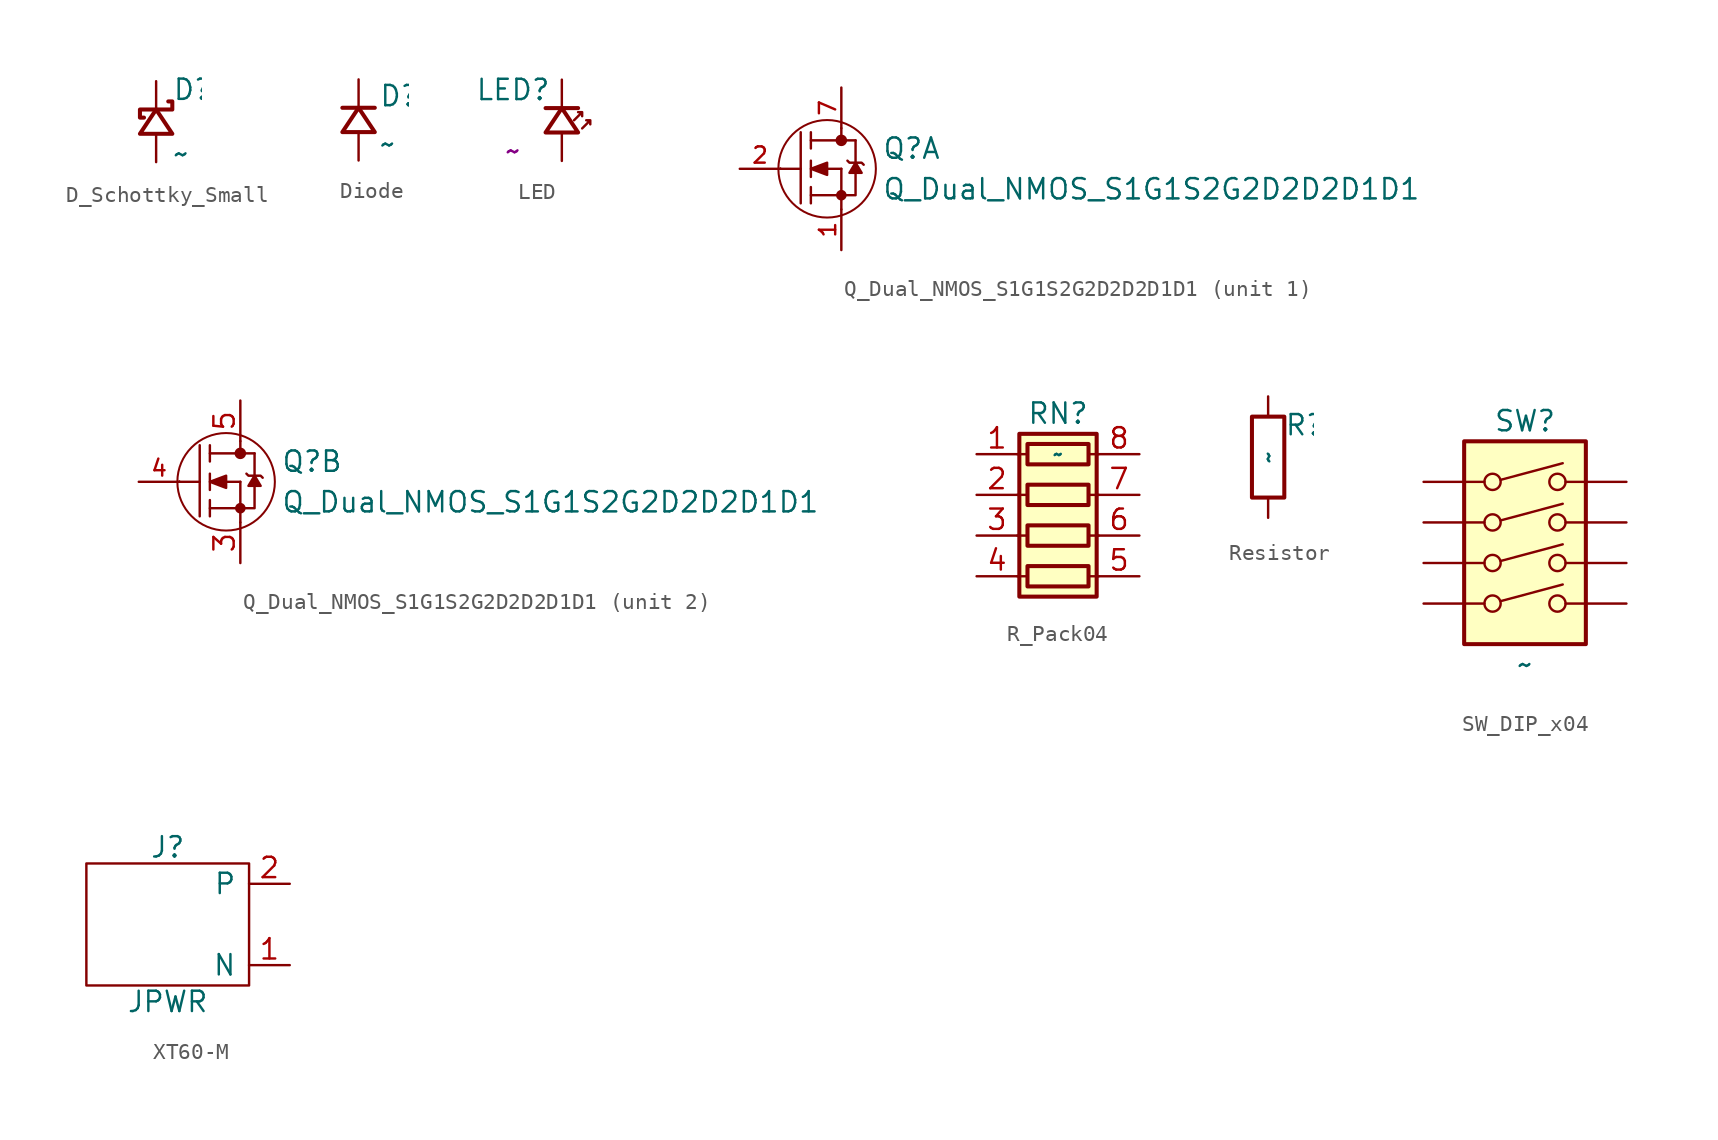
<source format=kicad_sym>
(kicad_symbol_lib
  (version 20231120)
  (generator "kicad_symbol_editor")
  (generator_version "8.0")
  (symbol "D_Schottky_Small"
    (pin_numbers hide)
    (pin_names
      (offset 0.254) hide)
    (property "Reference" "D"
      (at 1.016 1.27 0)
      (do_not_autoplace)
      (effects (font (size 1.27 1.27)) (justify left bottom)))
    (property "Value" "~"
      (at 1.016 -1.27 0)
      (do_not_autoplace)
      (effects (font (size 1.27 1.27)) (justify left top)))
    (symbol "D_Schottky_Small_0_1"
      (polyline (pts (xy -1.016 -0.762) (xy 0 0.762) (xy 1.016 -0.762) (xy -1.016 -0.762)) (stroke (width 0.254) (type default)) (fill (type none)))
      (polyline (pts (xy 0.762 1.27) (xy 1.016 1.27) (xy 1.016 0.762) (xy -1.016 0.762) (xy -1.016 0.254) (xy -0.762 0.254)) (stroke (width 0.254) (type default)) (fill (type none))))
    (symbol "D_Schottky_Small_1_1"
      (pin passive line (at 0 2.54 270) (length 1.778) (name "K" (effects (font (size 1.27 1.27)))) (number "1" (effects (font (size 1.27 1.27)))))
      (pin passive line (at 0 -2.54 90) (length 1.778) (name "A" (effects (font (size 1.27 1.27)))) (number "2" (effects (font (size 1.27 1.27)))))))
  (symbol "Diode"
    (pin_numbers hide)
    (pin_names hide)
    (property "Reference" "D"
      (at 1.27 0.762 0)
      (do_not_autoplace)
      (effects (font (size 1.27 1.27)) (justify left bottom)))
    (property "Value" "~"
      (at 1.27 -0.762 0)
      (do_not_autoplace)
      (effects (font (size 1.27 1.27)) (justify left top)))
    (symbol "Diode_0_1"
      (polyline (pts (xy -1.016 0.762) (xy 1.016 0.762)) (stroke (width 0.254) (type default)) (fill (type none)))
      (polyline (pts (xy -1.016 -0.762) (xy 0 0.762) (xy 1.016 -0.762) (xy -1.016 -0.762)) (stroke (width 0.254) (type default)) (fill (type none))))
    (symbol "Diode_1_1"
      (pin passive line (at 0 2.54 270) (length 1.778) (name "K" (effects (font (size 1.27 1.27)))) (number "1" (effects (font (size 1.27 1.27)))))
      (pin passive line (at 0 -2.54 90) (length 1.778) (name "A" (effects (font (size 1.27 1.27)))) (number "2" (effects (font (size 1.27 1.27)))))))
  (symbol "LED"
    (pin_numbers hide)
    (pin_names hide)
    (property "Reference" "LED"
      (at -3.048 1.905 0)
      (do_not_autoplace)
      (effects (font (size 1.27 1.27))))
    (property "Color" "~"
      (at -3.048 -1.905 0)
      (do_not_autoplace)
      (effects (font (size 1.27 1.27))))
    (symbol "LED_0_1"
      (polyline (pts (xy -1.016 0.762) (xy 1.016 0.762)) (stroke (width 0.254) (type default)) (fill (type none)))
      (polyline (pts (xy -1.016 -0.762) (xy 0 0.762) (xy 1.016 -0.762) (xy -1.016 -0.762)) (stroke (width 0.254) (type default)) (fill (type none)))
      (polyline (pts (xy 0.762 0) (xy 1.27 0.508) (xy 1.27 0.254) (xy 1.27 0.508) (xy 1.016 0.508)) (stroke (width 0) (type default)) (fill (type none)))
      (polyline (pts (xy 1.27 -0.508) (xy 1.778 0) (xy 1.778 -0.254) (xy 1.778 0) (xy 1.524 0)) (stroke (width 0) (type default)) (fill (type none))))
    (symbol "LED_1_1"
      (pin passive line (at 0 2.54 270) (length 1.778) (name "K" (effects (font (size 1.27 1.27)))) (number "1" (effects (font (size 1.27 1.27)))))
      (pin passive line (at 0 -2.54 90) (length 1.778) (name "A" (effects (font (size 1.27 1.27)))) (number "2" (effects (font (size 1.27 1.27)))))))
  (symbol "Q_Dual_NMOS_S1G1S2G2D2D2D1D1"
    (pin_names
      (offset 0) hide)
    (property "Reference" "Q"
      (at 5.08 1.27 0)
      (do_not_autoplace)
      (effects (font (size 1.27 1.27)) (justify left)))
    (property "Value" "Q_Dual_NMOS_S1G1S2G2D2D2D1D1"
      (at 5.08 -1.27 0)
      (do_not_autoplace)
      (effects (font (size 1.27 1.27)) (justify left)))
    (symbol "Q_Dual_NMOS_S1G1S2G2D2D2D1D1_0_1"
      (polyline (pts (xy -1.27 0) (xy -1.27 0)) (stroke (width 0) (type default)) (fill (type none)))
      (polyline (pts (xy -1.27 0) (xy -1.27 0)) (stroke (width 0) (type default)) (fill (type none)))
      (polyline (pts (xy -1.27 0) (xy 0 0)) (stroke (width 0) (type default)) (fill (type none)))
      (polyline (pts (xy 0 -2.159) (xy 0 2.286)) (stroke (width 0) (type default)) (fill (type none)))
      (polyline (pts (xy 0.635 -1.143) (xy 0.635 -2.159)) (stroke (width 0) (type default)) (fill (type none)))
      (polyline (pts (xy 0.635 0.508) (xy 0.635 -0.508)) (stroke (width 0) (type default)) (fill (type none)))
      (polyline (pts (xy 0.635 1.778) (xy 3.429 1.778)) (stroke (width 0) (type default)) (fill (type none)))
      (polyline (pts (xy 0.635 2.286) (xy 0.635 1.27)) (stroke (width 0) (type default)) (fill (type none)))
      (polyline (pts (xy 1.651 0) (xy 2.54 0)) (stroke (width 0) (type default)) (fill (type none)))
      (polyline (pts (xy 2.54 -2.54) (xy 2.54 -1.651)) (stroke (width 0) (type default)) (fill (type none)))
      (polyline (pts (xy 2.54 2.54) (xy 2.54 1.778)) (stroke (width 0) (type default)) (fill (type none)))
      (polyline (pts (xy 3.429 0.381) (xy 3.429 1.778)) (stroke (width 0) (type default)) (fill (type none)))
      (polyline (pts (xy 0.635 -1.651) (xy 2.54 -1.651) (xy 2.54 0)) (stroke (width 0) (type default)) (fill (type none)))
      (polyline (pts (xy 2.54 -1.651) (xy 3.429 -1.651) (xy 3.429 -0.254)) (stroke (width 0) (type default)) (fill (type none)))
      (polyline (pts (xy 0.635 0) (xy 1.651 0.381) (xy 1.651 -0.381) (xy 0.635 0)) (stroke (width 0) (type default)) (fill (type outline)))
      (polyline (pts (xy 2.921 0.508) (xy 3.048 0.381) (xy 3.81 0.381) (xy 3.937 0.254)) (stroke (width 0) (type default)) (fill (type none)))
      (polyline (pts (xy 3.429 0.381) (xy 3.048 -0.254) (xy 3.81 -0.254) (xy 3.429 0.381)) (stroke (width 0) (type default)) (fill (type outline)))
      (circle (center 1.651 0) (radius 3.048) (stroke (width 0.127) (type default)) (fill (type none)))
      (circle (center 2.54 -1.651) (radius 0.254) (stroke (width 0) (type default)) (fill (type outline)))
      (circle (center 2.54 1.778) (radius 0.284) (stroke (width 0) (type default)) (fill (type outline))))
    (symbol "Q_Dual_NMOS_S1G1S2G2D2D2D1D1_1_1"
      (pin passive line (at 2.54 -5.08 90) (length 2.54) (name "S" (effects (font (size 1.016 1.016)))) (number "1" (effects (font (size 1.016 1.016)))))
      (pin input line (at -3.81 0 0) (length 2.54) (name "G" (effects (font (size 1.016 1.016)))) (number "2" (effects (font (size 1.016 1.016)))))
      (pin passive line (at 2.54 5.08 270) (length 2.54) (name "D" (effects (font (size 1.016 1.016)))) (number "7" (effects (font (size 1.016 1.016)))))
      (pin passive line (at 2.54 5.08 270) (length 2.54) hide (name "D" (effects (font (size 1.016 1.016)))) (number "8" (effects (font (size 1.016 1.016))))))
    (symbol "Q_Dual_NMOS_S1G1S2G2D2D2D1D1_2_1"
      (pin passive line (at 2.54 -5.08 90) (length 2.54) (name "S" (effects (font (size 1.27 1.27)))) (number "3" (effects (font (size 1.27 1.27)))))
      (pin input line (at -3.81 0 0) (length 2.54) (name "G" (effects (font (size 1.016 1.016)))) (number "4" (effects (font (size 1.016 1.016)))))
      (pin passive line (at 2.54 5.08 270) (length 2.54) (name "D" (effects (font (size 1.27 1.27)))) (number "5" (effects (font (size 1.27 1.27)))))
      (pin passive line (at 2.54 5.08 270) (length 2.54) hide (name "D" (effects (font (size 1.27 1.27)))) (number "6" (effects (font (size 1.27 1.27)))))))
  (symbol "R_Pack04"
    (pin_names hide)
    (property "Reference" "RN"
      (at 0 6.35 0)
      (do_not_autoplace)
      (effects (font (size 1.27 1.27))))
    (property "Value" "~"
      (at 0 3.81 0)
      (do_not_autoplace)
      (effects (font (size 0.8 0.8))))
    (symbol "R_Pack04_0_1"
      (rectangle (start -2.413 5.08) (end 2.413 -5.08) (stroke (width 0.254) (type default)) (fill (type background)))
      (polyline (pts (xy -2.54 -3.81) (xy -1.905 -3.81)) (stroke (width 0) (type default)) (fill (type none)))
      (polyline (pts (xy -2.54 -1.27) (xy -1.905 -1.27)) (stroke (width 0) (type default)) (fill (type none)))
      (polyline (pts (xy -2.54 1.27) (xy -1.905 1.27)) (stroke (width 0) (type default)) (fill (type none)))
      (polyline (pts (xy -2.54 3.81) (xy -1.905 3.81)) (stroke (width 0) (type default)) (fill (type none)))
      (polyline (pts (xy 1.905 -3.81) (xy 2.54 -3.81)) (stroke (width 0) (type default)) (fill (type none)))
      (polyline (pts (xy 1.905 -1.27) (xy 2.54 -1.27)) (stroke (width 0) (type default)) (fill (type none)))
      (polyline (pts (xy 1.905 1.27) (xy 2.54 1.27)) (stroke (width 0) (type default)) (fill (type none)))
      (polyline (pts (xy 1.905 3.81) (xy 2.54 3.81)) (stroke (width 0) (type default)) (fill (type none)))
      (rectangle (start 1.905 -3.175) (end -1.905 -4.445) (stroke (width 0.254) (type default)) (fill (type none)))
      (rectangle (start 1.905 -0.635) (end -1.905 -1.905) (stroke (width 0.254) (type default)) (fill (type none)))
      (rectangle (start 1.905 1.905) (end -1.905 0.635) (stroke (width 0.254) (type default)) (fill (type none)))
      (rectangle (start 1.905 4.445) (end -1.905 3.175) (stroke (width 0.254) (type default)) (fill (type none))))
    (symbol "R_Pack04_1_1"
      (pin passive line (at -5.08 3.81 0) (length 2.54) (name "R1.1" (effects (font (size 1.27 1.27)))) (number "1" (effects (font (size 1.27 1.27)))))
      (pin passive line (at -5.08 1.27 0) (length 2.54) (name "R2.1" (effects (font (size 1.27 1.27)))) (number "2" (effects (font (size 1.27 1.27)))))
      (pin passive line (at -5.08 -1.27 0) (length 2.54) (name "R3.1" (effects (font (size 1.27 1.27)))) (number "3" (effects (font (size 1.27 1.27)))))
      (pin passive line (at -5.08 -3.81 0) (length 2.54) (name "R4.1" (effects (font (size 1.27 1.27)))) (number "4" (effects (font (size 1.27 1.27)))))
      (pin passive line (at 5.08 -3.81 180) (length 2.54) (name "R4.2" (effects (font (size 1.27 1.27)))) (number "5" (effects (font (size 1.27 1.27)))))
      (pin passive line (at 5.08 -1.27 180) (length 2.54) (name "R3.2" (effects (font (size 1.27 1.27)))) (number "6" (effects (font (size 1.27 1.27)))))
      (pin passive line (at 5.08 1.27 180) (length 2.54) (name "R2.2" (effects (font (size 1.27 1.27)))) (number "7" (effects (font (size 1.27 1.27)))))
      (pin passive line (at 5.08 3.81 180) (length 2.54) (name "R1.2" (effects (font (size 1.27 1.27)))) (number "8" (effects (font (size 1.27 1.27)))))))
  (symbol "Resistor"
    (pin_numbers hide)
    (pin_names hide)
    (property "Reference" "R"
      (at 1.016 1.27 0)
      (do_not_autoplace)
      (effects (font (size 1.27 1.27)) (justify left bottom)))
    (property "Value" "~"
      (at 0 0 90)
      (do_not_autoplace)
      (effects (font (size 1.016 1.016))))
    (symbol "Resistor_0_1"
      (rectangle (start -1.016 2.54) (end 1.016 -2.54) (stroke (width 0.254) (type default)) (fill (type none))))
    (symbol "Resistor_1_1"
      (pin passive line (at 0 3.81 270) (length 1.27) (name "~" (effects (font (size 1.27 1.27)))) (number "1" (effects (font (size 1.27 1.27)))))
      (pin passive line (at 0 -3.81 90) (length 1.27) (name "~" (effects (font (size 1.27 1.27)))) (number "2" (effects (font (size 1.27 1.27)))))))
  (symbol "SW_DIP_x04"
    (pin_numbers hide)
    (pin_names hide)
    (property "Reference" "SW"
      (at 0 7.62 0)
      (do_not_autoplace)
      (effects (font (size 1.27 1.27))))
    (property "Value" "~"
      (at 0 -7.62 0)
      (do_not_autoplace)
      (effects (font (size 1.27 1.27))))
    (symbol "SW_DIP_x04_0_0"
      (circle (center -2.032 -3.81) (radius 0.508) (stroke (width 0) (type default)) (fill (type none)))
      (circle (center -2.032 -1.27) (radius 0.508) (stroke (width 0) (type default)) (fill (type none)))
      (circle (center -2.032 1.27) (radius 0.508) (stroke (width 0) (type default)) (fill (type none)))
      (circle (center -2.032 3.81) (radius 0.508) (stroke (width 0) (type default)) (fill (type none)))
      (polyline (pts (xy -1.524 -3.658) (xy 2.362 -2.616)) (stroke (width 0) (type default)) (fill (type none)))
      (polyline (pts (xy -1.524 -1.143) (xy 2.362 -0.102)) (stroke (width 0) (type default)) (fill (type none)))
      (polyline (pts (xy -1.524 1.397) (xy 2.362 2.438)) (stroke (width 0) (type default)) (fill (type none)))
      (polyline (pts (xy -1.524 3.937) (xy 2.362 4.978)) (stroke (width 0) (type default)) (fill (type none)))
      (circle (center 2.032 -3.81) (radius 0.508) (stroke (width 0) (type default)) (fill (type none)))
      (circle (center 2.032 -1.27) (radius 0.508) (stroke (width 0) (type default)) (fill (type none)))
      (circle (center 2.032 1.27) (radius 0.508) (stroke (width 0) (type default)) (fill (type none)))
      (circle (center 2.032 3.81) (radius 0.508) (stroke (width 0) (type default)) (fill (type none))))
    (symbol "SW_DIP_x04_0_1"
      (rectangle (start -3.81 6.35) (end 3.81 -6.35) (stroke (width 0.254) (type default)) (fill (type background))))
    (symbol "SW_DIP_x04_1_1"
      (pin passive line (at -6.35 3.81 0) (length 3.81) (name "~" (effects (font (size 1.016 1.016)))) (number "1" (effects (font (size 1.016 1.016)))))
      (pin passive line (at -6.35 1.27 0) (length 3.81) (name "~" (effects (font (size 1.016 1.016)))) (number "2" (effects (font (size 1.016 1.016)))))
      (pin passive line (at -6.35 -1.27 0) (length 3.81) (name "~" (effects (font (size 1.016 1.016)))) (number "3" (effects (font (size 1.016 1.016)))))
      (pin passive line (at -6.35 -3.81 0) (length 3.81) (name "~" (effects (font (size 1.016 1.016)))) (number "4" (effects (font (size 1.016 1.016)))))
      (pin passive line (at 6.35 -3.81 180) (length 3.81) (name "~" (effects (font (size 1.016 1.016)))) (number "5" (effects (font (size 1.016 1.016)))))
      (pin passive line (at 6.35 -1.27 180) (length 3.81) (name "~" (effects (font (size 1.016 1.016)))) (number "6" (effects (font (size 1.016 1.016)))))
      (pin passive line (at 6.35 1.27 180) (length 3.81) (name "~" (effects (font (size 1.016 1.016)))) (number "7" (effects (font (size 1.016 1.016)))))
      (pin passive line (at 6.35 3.81 180) (length 3.81) (name "~" (effects (font (size 1.016 1.016)))) (number "8" (effects (font (size 1.016 1.016)))))))
  (symbol "XT60-M"
    (pin_names
      (offset 0.762))
    (property "Reference" "J"
      (at 0 4.826 0)
      (effects (font (size 1.27 1.27))))
    (property "Value" "JPWR"
      (at 0 -4.826 0)
      (effects (font (size 1.27 1.27))))
    (symbol "XT60-M_0_1"
      (polyline (pts (xy 5.08 -3.81) (xy -5.08 -3.81) (xy -5.08 3.81) (xy 5.08 3.81) (xy 5.08 -3.81)) (stroke (width 0.152) (type default)) (fill (type none))))
    (symbol "XT60-M_1_0"
      (pin passive line (at 7.62 -2.54 180) (length 2.54) (name "N" (effects (font (size 1.27 1.27)))) (number "1" (effects (font (size 1.27 1.27)))) (alternate "GND_OUT" power_out line))
      (pin passive line (at 7.62 2.54 180) (length 2.54) (name "P" (effects (font (size 1.27 1.27)))) (number "2" (effects (font (size 1.27 1.27)))) (alternate "PWR_OUT" power_out line)))))
</source>
